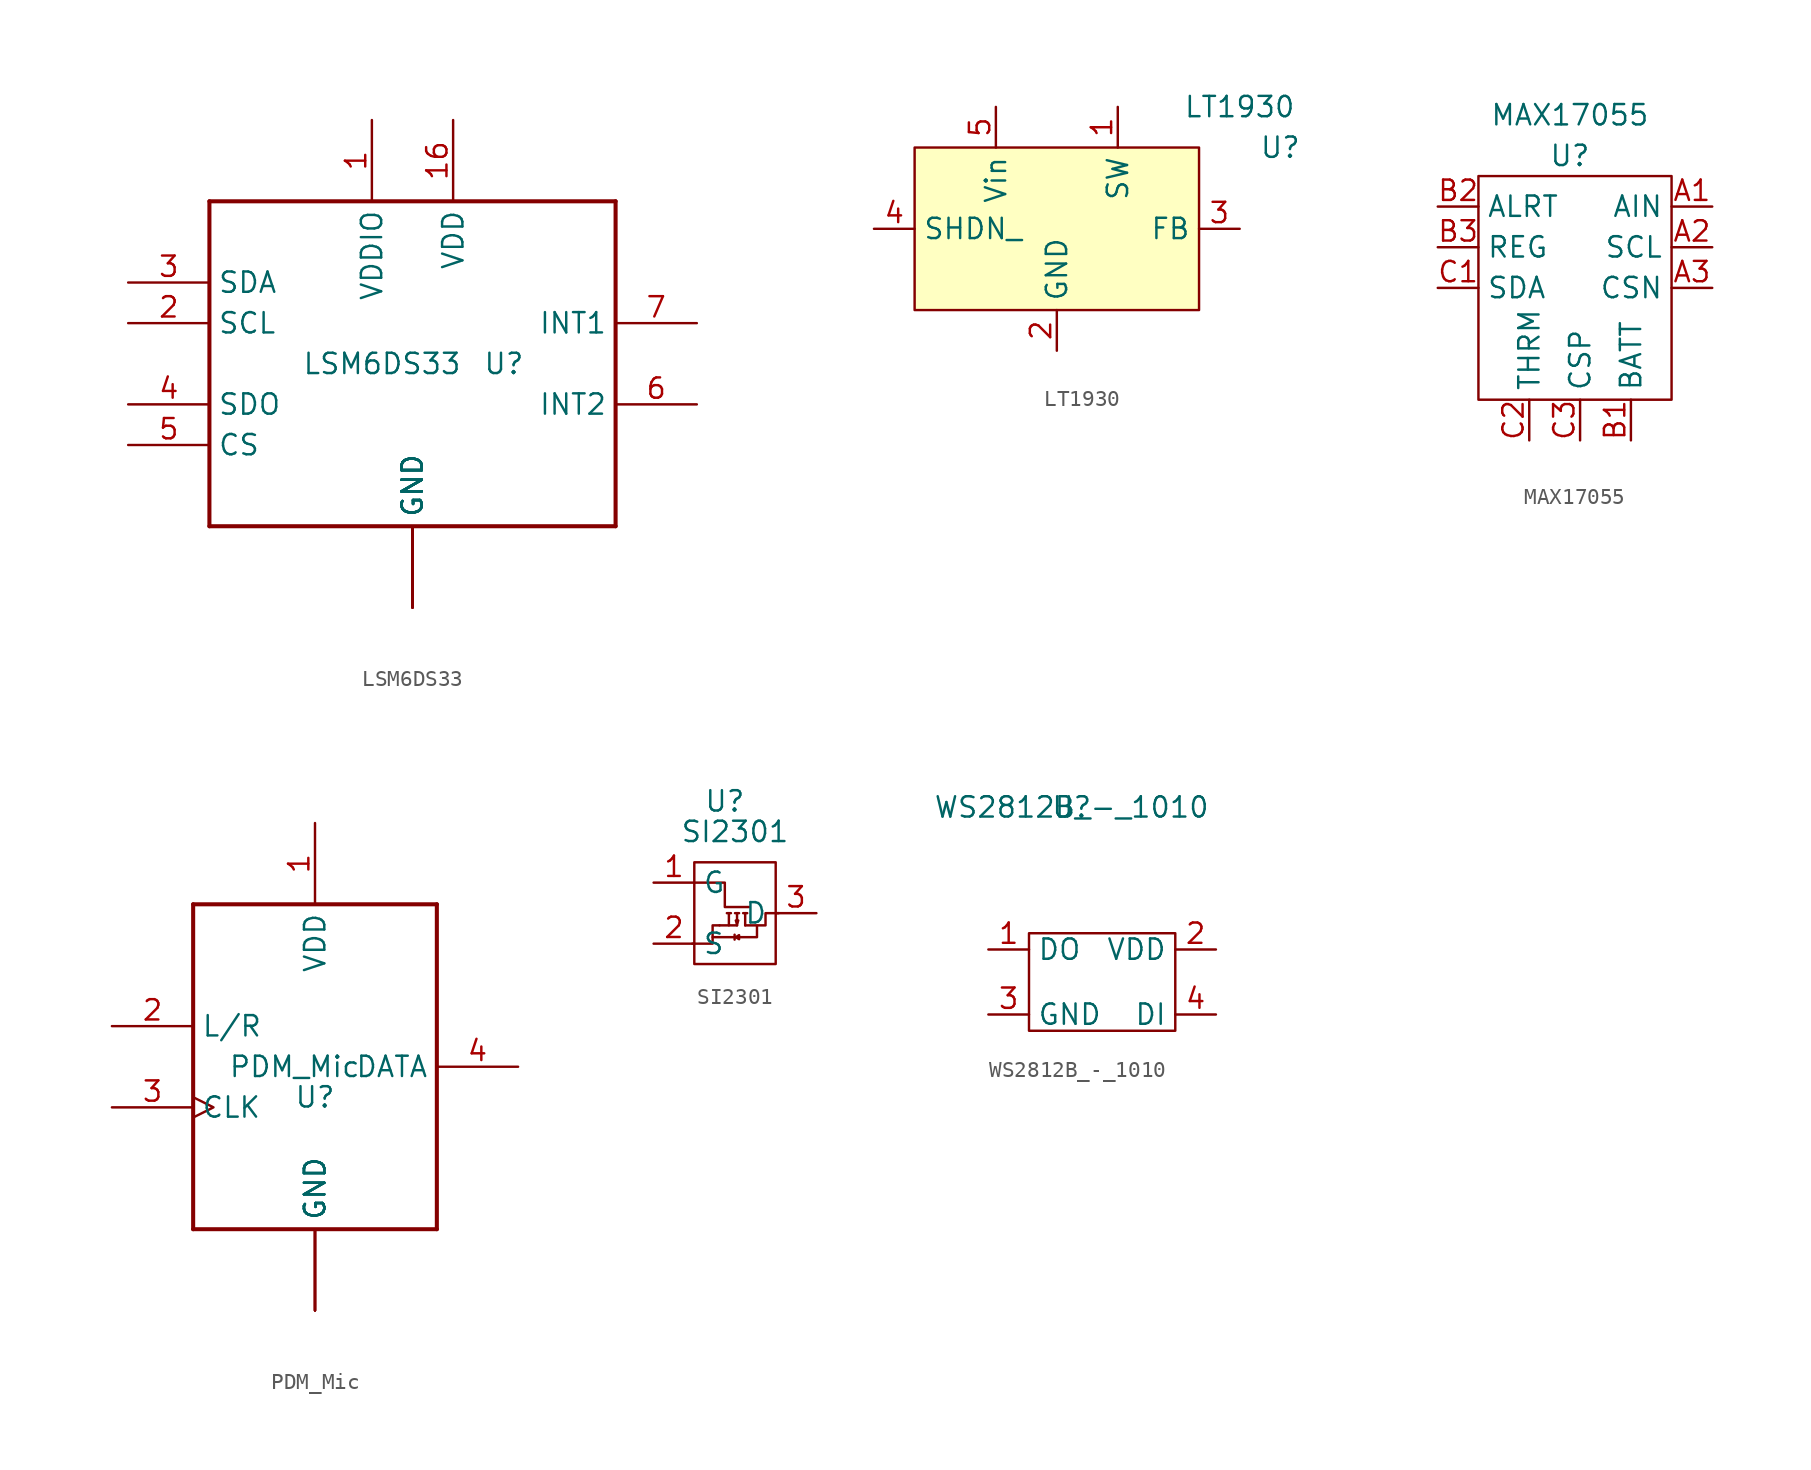
<source format=kicad_sym>
(kicad_symbol_lib
  (version 20211014)
  (generator kicad_symbol_editor)
  (symbol "LSM6DS33"
    (property "Reference" "U"
      (at 5.715 0 0)
      (effects (font (size 1.27 1.27))))
    (property "Value" "LSM6DS33"
      (at -1.905 0 0)
      (effects (font (size 1.27 1.27))))
    (symbol "LSM6DS33_1_0"
      (polyline (pts (xy -12.7 -10.16) (xy -12.7 10.16)) (stroke (width 0.254) (type default) (color 0 0 0 0)) (fill (type none)))
      (polyline (pts (xy -12.7 10.16) (xy 12.7 10.16)) (stroke (width 0.254) (type default) (color 0 0 0 0)) (fill (type none)))
      (polyline (pts (xy 12.7 -10.16) (xy -12.7 -10.16)) (stroke (width 0.254) (type default) (color 0 0 0 0)) (fill (type none)))
      (polyline (pts (xy 12.7 10.16) (xy 12.7 -10.16)) (stroke (width 0.254) (type default) (color 0 0 0 0)) (fill (type none)))
      (pin power_in line (at -2.54 15.24 270) (length 5.08) (name "VDDIO" (effects (font (size 1.27 1.27)))) (number "1" (effects (font (size 1.27 1.27)))))
      (pin power_in line (at 0 -15.24 90) (length 5.08) (name "GND" (effects (font (size 1.27 1.27)))) (number "10" (effects (font (size 0 0)))))
      (pin power_in line (at 0 -15.24 90) (length 5.08) (name "GND" (effects (font (size 1.27 1.27)))) (number "11" (effects (font (size 0 0)))))
      (pin power_in line (at 0 -15.24 90) (length 5.08) (name "GND" (effects (font (size 1.27 1.27)))) (number "12" (effects (font (size 0 0)))))
      (pin power_in line (at 0 -15.24 90) (length 5.08) (name "GND" (effects (font (size 1.27 1.27)))) (number "13" (effects (font (size 0 0)))))
      (pin power_in line (at 0 -15.24 90) (length 5.08) (name "GND" (effects (font (size 1.27 1.27)))) (number "15" (effects (font (size 0 0)))))
      (pin power_in line (at 2.54 15.24 270) (length 5.08) (name "VDD" (effects (font (size 1.27 1.27)))) (number "16" (effects (font (size 1.27 1.27)))))
      (pin bidirectional line (at -17.78 2.54 0) (length 5.08) (name "SCL" (effects (font (size 1.27 1.27)))) (number "2" (effects (font (size 1.27 1.27)))))
      (pin bidirectional line (at -17.78 5.08 0) (length 5.08) (name "SDA" (effects (font (size 1.27 1.27)))) (number "3" (effects (font (size 1.27 1.27)))))
      (pin bidirectional line (at -17.78 -2.54 0) (length 5.08) (name "SDO" (effects (font (size 1.27 1.27)))) (number "4" (effects (font (size 1.27 1.27)))))
      (pin input line (at -17.78 -5.08 0) (length 5.08) (name "CS" (effects (font (size 1.27 1.27)))) (number "5" (effects (font (size 1.27 1.27)))))
      (pin output line (at 17.78 -2.54 180) (length 5.08) (name "INT2" (effects (font (size 1.27 1.27)))) (number "6" (effects (font (size 1.27 1.27)))))
      (pin output line (at 17.78 2.54 180) (length 5.08) (name "INT1" (effects (font (size 1.27 1.27)))) (number "7" (effects (font (size 1.27 1.27)))))
      (pin power_in line (at 0 -15.24 90) (length 5.08) (name "GND" (effects (font (size 1.27 1.27)))) (number "8" (effects (font (size 0 0)))))
      (pin power_in line (at 0 -15.24 90) (length 5.08) (name "GND" (effects (font (size 1.27 1.27)))) (number "9" (effects (font (size 0 0)))))))
  (symbol "LT1930"
    (property "Reference" "U"
      (at 13.97 5.08 0)
      (effects (font (size 1.27 1.27))))
    (property "Value" "LT1930"
      (at 11.43 7.62 0)
      (effects (font (size 1.27 1.27))))
    (symbol "LT1930_0_1"
      (rectangle (start -8.89 5.08) (end 8.89 -5.08) (stroke (width 0) (type default) (color 0 0 0 0)) (fill (type background))))
    (symbol "LT1930_1_1"
      (pin input line (at 3.81 7.62 270) (length 2.54) (name "SW" (effects (font (size 1.27 1.27)))) (number "1" (effects (font (size 1.27 1.27)))))
      (pin input line (at 0 -7.62 90) (length 2.54) (name "GND" (effects (font (size 1.27 1.27)))) (number "2" (effects (font (size 1.27 1.27)))))
      (pin input line (at 11.43 0 180) (length 2.54) (name "FB" (effects (font (size 1.27 1.27)))) (number "3" (effects (font (size 1.27 1.27)))))
      (pin input line (at -11.43 0 0) (length 2.54) (name "SHDN_" (effects (font (size 1.27 1.27)))) (number "4" (effects (font (size 1.27 1.27)))))
      (pin input line (at -3.81 7.62 270) (length 2.54) (name "Vin" (effects (font (size 1.27 1.27)))) (number "5" (effects (font (size 1.27 1.27)))))))
  (symbol "MAX17055"
    (property "Reference" "U"
      (at 0 6.985 0)
      (effects (font (size 1.27 1.27))))
    (property "Value" "MAX17055"
      (at 0 9.525 0)
      (effects (font (size 1.27 1.27))))
    (symbol "MAX17055_0_1"
      (rectangle (start -5.715 5.715) (end 6.35 -8.255) (stroke (width 0) (type default) (color 0 0 0 0)) (fill (type none))))
    (symbol "MAX17055_1_1"
      (pin input line (at 8.89 3.81 180) (length 2.54) (name "AIN" (effects (font (size 1.27 1.27)))) (number "A1" (effects (font (size 1.27 1.27)))))
      (pin input line (at 8.89 1.27 180) (length 2.54) (name "SCL" (effects (font (size 1.27 1.27)))) (number "A2" (effects (font (size 1.27 1.27)))))
      (pin input line (at 8.89 -1.27 180) (length 2.54) (name "CSN" (effects (font (size 1.27 1.27)))) (number "A3" (effects (font (size 1.27 1.27)))))
      (pin input line (at 3.81 -10.795 90) (length 2.54) (name "BATT" (effects (font (size 1.27 1.27)))) (number "B1" (effects (font (size 1.27 1.27)))))
      (pin input line (at -8.255 3.81 0) (length 2.54) (name "ALRT" (effects (font (size 1.27 1.27)))) (number "B2" (effects (font (size 1.27 1.27)))))
      (pin input line (at -8.255 1.27 0) (length 2.54) (name "REG" (effects (font (size 1.27 1.27)))) (number "B3" (effects (font (size 1.27 1.27)))))
      (pin input line (at -8.255 -1.27 0) (length 2.54) (name "SDA" (effects (font (size 1.27 1.27)))) (number "C1" (effects (font (size 1.27 1.27)))))
      (pin input line (at -2.54 -10.795 90) (length 2.54) (name "THRM" (effects (font (size 1.27 1.27)))) (number "C2" (effects (font (size 1.27 1.27)))))
      (pin input line (at 0.635 -10.795 90) (length 2.54) (name "CSP" (effects (font (size 1.27 1.27)))) (number "C3" (effects (font (size 1.27 1.27)))))))
  (symbol "PDM_Mic"
    (property "Reference" "U"
      (at 0 -1.905 0)
      (effects (font (size 1.27 1.27))))
    (property "Value" "PDM_Mic"
      (at -1.27 0 0)
      (effects (font (size 1.27 1.27))))
    (symbol "PDM_Mic_1_0"
      (polyline (pts (xy -7.62 -10.16) (xy -7.62 10.16)) (stroke (width 0.254) (type default) (color 0 0 0 0)) (fill (type none)))
      (polyline (pts (xy -7.62 10.16) (xy 7.62 10.16)) (stroke (width 0.254) (type default) (color 0 0 0 0)) (fill (type none)))
      (polyline (pts (xy 7.62 -10.16) (xy -7.62 -10.16)) (stroke (width 0.254) (type default) (color 0 0 0 0)) (fill (type none)))
      (polyline (pts (xy 7.62 10.16) (xy 7.62 -10.16)) (stroke (width 0.254) (type default) (color 0 0 0 0)) (fill (type none)))
      (pin power_in line (at 0 15.24 270) (length 5.08) (name "VDD" (effects (font (size 1.27 1.27)))) (number "1" (effects (font (size 1.27 1.27)))))
      (pin input line (at -12.7 2.54 0) (length 5.08) (name "L/R" (effects (font (size 1.27 1.27)))) (number "2" (effects (font (size 1.27 1.27)))))
      (pin input clock (at -12.7 -2.54 0) (length 5.08) (name "CLK" (effects (font (size 1.27 1.27)))) (number "3" (effects (font (size 1.27 1.27)))))
      (pin bidirectional line (at 12.7 0 180) (length 5.08) (name "DATA" (effects (font (size 1.27 1.27)))) (number "4" (effects (font (size 1.27 1.27)))))
      (pin power_in line (at 0 -15.24 90) (length 5.08) (name "GND" (effects (font (size 1.27 1.27)))) (number "5" (effects (font (size 0 0)))))
      (pin power_in line (at 0 -15.24 90) (length 5.08) (name "GND" (effects (font (size 1.27 1.27)))) (number "6" (effects (font (size 0 0)))))
      (pin power_in line (at 0 -15.24 90) (length 5.08) (name "GND" (effects (font (size 1.27 1.27)))) (number "7" (effects (font (size 0 0)))))
      (pin power_in line (at 0 -15.24 90) (length 5.08) (name "GND" (effects (font (size 1.27 1.27)))) (number "8" (effects (font (size 0 0)))))))
  (symbol "SI2301"
    (property "Reference" "U"
      (at 1.905 3.81 0)
      (effects (font (size 1.27 1.27))))
    (property "Value" "SI2301"
      (at 2.54 1.905 0)
      (effects (font (size 1.27 1.27))))
    (symbol "SI2301_0_1"
      (polyline (pts (xy 2.032 -3.175) (xy 2.286 -3.175)) (stroke (width 0) (type default) (color 0 0 0 0)) (fill (type none)))
      (polyline (pts (xy 2.159 -3.175) (xy 2.159 -3.937)) (stroke (width 0) (type default) (color 0 0 0 0)) (fill (type none)))
      (polyline (pts (xy 2.515 -4.521) (xy 2.515 -4.826)) (stroke (width 0) (type default) (color 0 0 0 0)) (fill (type none)))
      (polyline (pts (xy 2.54 -3.175) (xy 2.794 -3.175)) (stroke (width 0) (type default) (color 0 0 0 0)) (fill (type none)))
      (polyline (pts (xy 2.667 -3.937) (xy 1.575 -3.937)) (stroke (width 0) (type default) (color 0 0 0 0)) (fill (type none)))
      (polyline (pts (xy 2.667 -3.175) (xy 2.667 -3.937)) (stroke (width 0) (type default) (color 0 0 0 0)) (fill (type none)))
      (polyline (pts (xy 3.048 -3.175) (xy 3.302 -3.175)) (stroke (width 0) (type default) (color 0 0 0 0)) (fill (type none)))
      (polyline (pts (xy 3.175 -3.175) (xy 3.175 -3.937)) (stroke (width 0) (type default) (color 0 0 0 0)) (fill (type none)))
      (polyline (pts (xy 3.912 -3.962) (xy 3.912 -4.674) (xy 1.143 -4.674)) (stroke (width 0) (type default) (color 0 0 0 0)) (fill (type none)))
      (polyline (pts (xy 0 -1.27) (xy 1.905 -1.27) (xy 1.905 -2.794) (xy 3.429 -2.794)) (stroke (width 0) (type default) (color 0 0 0 0)) (fill (type none)))
      (polyline (pts (xy 1.575 -3.937) (xy 1.143 -3.937) (xy 1.143 -5.08) (xy -0.127 -5.08)) (stroke (width 0) (type default) (color 0 0 0 0)) (fill (type none)))
      (polyline (pts (xy 2.591 -3.632) (xy 2.667 -3.861) (xy 2.743 -3.632) (xy 2.591 -3.632)) (stroke (width 0) (type default) (color 0 0 0 0)) (fill (type none)))
      (polyline (pts (xy 3.175 -3.937) (xy 4.445 -3.937) (xy 4.445 -3.175) (xy 5.258 -3.175)) (stroke (width 0) (type default) (color 0 0 0 0)) (fill (type none)))
      (polyline (pts (xy 2.591 -4.674) (xy 2.794 -4.547) (xy 2.794 -4.801) (xy 2.591 -4.674) (xy 2.743 -4.699)) (stroke (width 0) (type default) (color 0 0 0 0)) (fill (type none)))
      (rectangle (start 0 0) (end 5.08 -6.35) (stroke (width 0) (type default) (color 0 0 0 0)) (fill (type none))))
    (symbol "SI2301_1_1"
      (pin bidirectional line (at -2.54 -1.27 0) (length 2.54) (name "G" (effects (font (size 1.27 1.27)))) (number "1" (effects (font (size 1.27 1.27)))))
      (pin bidirectional line (at -2.54 -5.08 0) (length 2.54) (name "S" (effects (font (size 1.27 1.27)))) (number "2" (effects (font (size 1.27 1.27)))))
      (pin bidirectional line (at 7.62 -3.175 180) (length 2.54) (name "D" (effects (font (size 1.27 1.27)))) (number "3" (effects (font (size 1.27 1.27)))))))
  (symbol "WS2812B_-_1010"
    (property "Reference" "U"
      (at 0.127 10.668 0)
      (effects (font (size 1.27 1.27))))
    (property "Value" "WS2812B_-_1010"
      (at 0.127 10.668 0)
      (effects (font (size 1.27 1.27))))
    (symbol "WS2812B_-_1010_0_1"
      (rectangle (start -2.54 2.794) (end 6.604 -3.302) (stroke (width 0) (type default) (color 0 0 0 0)) (fill (type none))))
    (symbol "WS2812B_-_1010_1_1"
      (pin output line (at -5.08 1.778 0) (length 2.54) (name "DO" (effects (font (size 1.27 1.27)))) (number "1" (effects (font (size 1.27 1.27)))))
      (pin input line (at 9.144 1.778 180) (length 2.54) (name "VDD" (effects (font (size 1.27 1.27)))) (number "2" (effects (font (size 1.27 1.27)))))
      (pin input line (at -5.08 -2.286 0) (length 2.54) (name "GND" (effects (font (size 1.27 1.27)))) (number "3" (effects (font (size 1.27 1.27)))))
      (pin input line (at 9.144 -2.286 180) (length 2.54) (name "DI" (effects (font (size 1.27 1.27)))) (number "4" (effects (font (size 1.27 1.27))))))))
</source>
